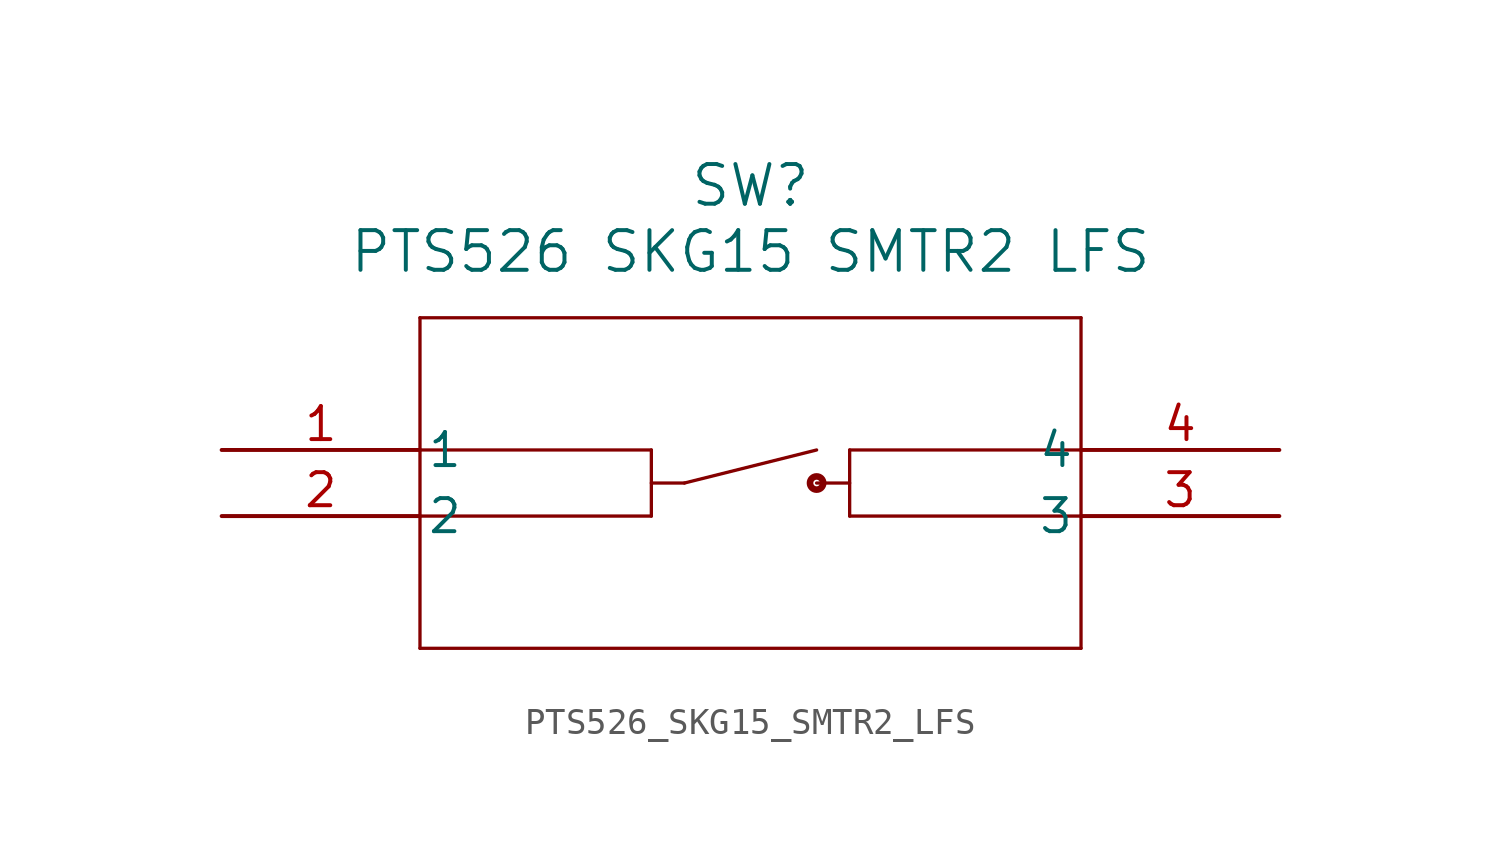
<source format=kicad_sym>
(kicad_symbol_lib
  (version 20220914)
  (generator kicad_symbol_editor)
  (symbol "PTS526_SKG15_SMTR2_LFS"
    (pin_names
      (offset 0.254))
    (property "Reference" "SW"
      (at 20.32 10.16 0)
      (effects (font (size 1.524 1.524))))
    (property "Value" "PTS526 SKG15 SMTR2 LFS"
      (at 20.32 7.62 0)
      (effects (font (size 1.524 1.524))))
    (symbol "PTS526_SKG15_SMTR2_LFS_0_1"
      (polyline (pts (xy 7.62 -7.62) (xy 33.02 -7.62)) (stroke (width 0.127) (type default)) (fill (type none)))
      (polyline (pts (xy 7.62 -2.54) (xy 16.51 -2.54)) (stroke (width 0.127) (type default)) (fill (type none)))
      (polyline (pts (xy 7.62 0) (xy 16.51 0)) (stroke (width 0.127) (type default)) (fill (type none)))
      (polyline (pts (xy 7.62 5.08) (xy 7.62 -7.62)) (stroke (width 0.127) (type default)) (fill (type none)))
      (polyline (pts (xy 16.51 -2.54) (xy 16.51 0)) (stroke (width 0.127) (type default)) (fill (type none)))
      (polyline (pts (xy 16.51 -1.27) (xy 17.78 -1.27)) (stroke (width 0.127) (type default)) (fill (type none)))
      (polyline (pts (xy 17.78 -1.27) (xy 22.86 0)) (stroke (width 0.127) (type default)) (fill (type none)))
      (polyline (pts (xy 24.13 -2.54) (xy 24.13 0)) (stroke (width 0.127) (type default)) (fill (type none)))
      (polyline (pts (xy 24.13 -1.27) (xy 22.86 -1.27)) (stroke (width 0.127) (type default)) (fill (type none)))
      (polyline (pts (xy 33.02 -7.62) (xy 33.02 5.08)) (stroke (width 0.127) (type default)) (fill (type none)))
      (polyline (pts (xy 33.02 -2.54) (xy 24.13 -2.54)) (stroke (width 0.127) (type default)) (fill (type none)))
      (polyline (pts (xy 33.02 0) (xy 24.13 0)) (stroke (width 0.127) (type default)) (fill (type none)))
      (polyline (pts (xy 33.02 5.08) (xy 7.62 5.08)) (stroke (width 0.127) (type default)) (fill (type none)))
      (circle (center 22.86 -1.27) (radius 0.254) (stroke (width 0.254) (type default)) (fill (type none)))
      (pin unspecified line (at 0 0 0) (length 7.62) (name "1" (effects (font (size 1.27 1.27)))) (number "1" (effects (font (size 1.27 1.27)))))
      (pin unspecified line (at 0 -2.54 0) (length 7.62) (name "2" (effects (font (size 1.27 1.27)))) (number "2" (effects (font (size 1.27 1.27)))))
      (pin unspecified line (at 40.64 -2.54 180) (length 7.62) (name "3" (effects (font (size 1.27 1.27)))) (number "3" (effects (font (size 1.27 1.27)))))
      (pin unspecified line (at 40.64 0 180) (length 7.62) (name "4" (effects (font (size 1.27 1.27)))) (number "4" (effects (font (size 1.27 1.27))))))))
</source>
